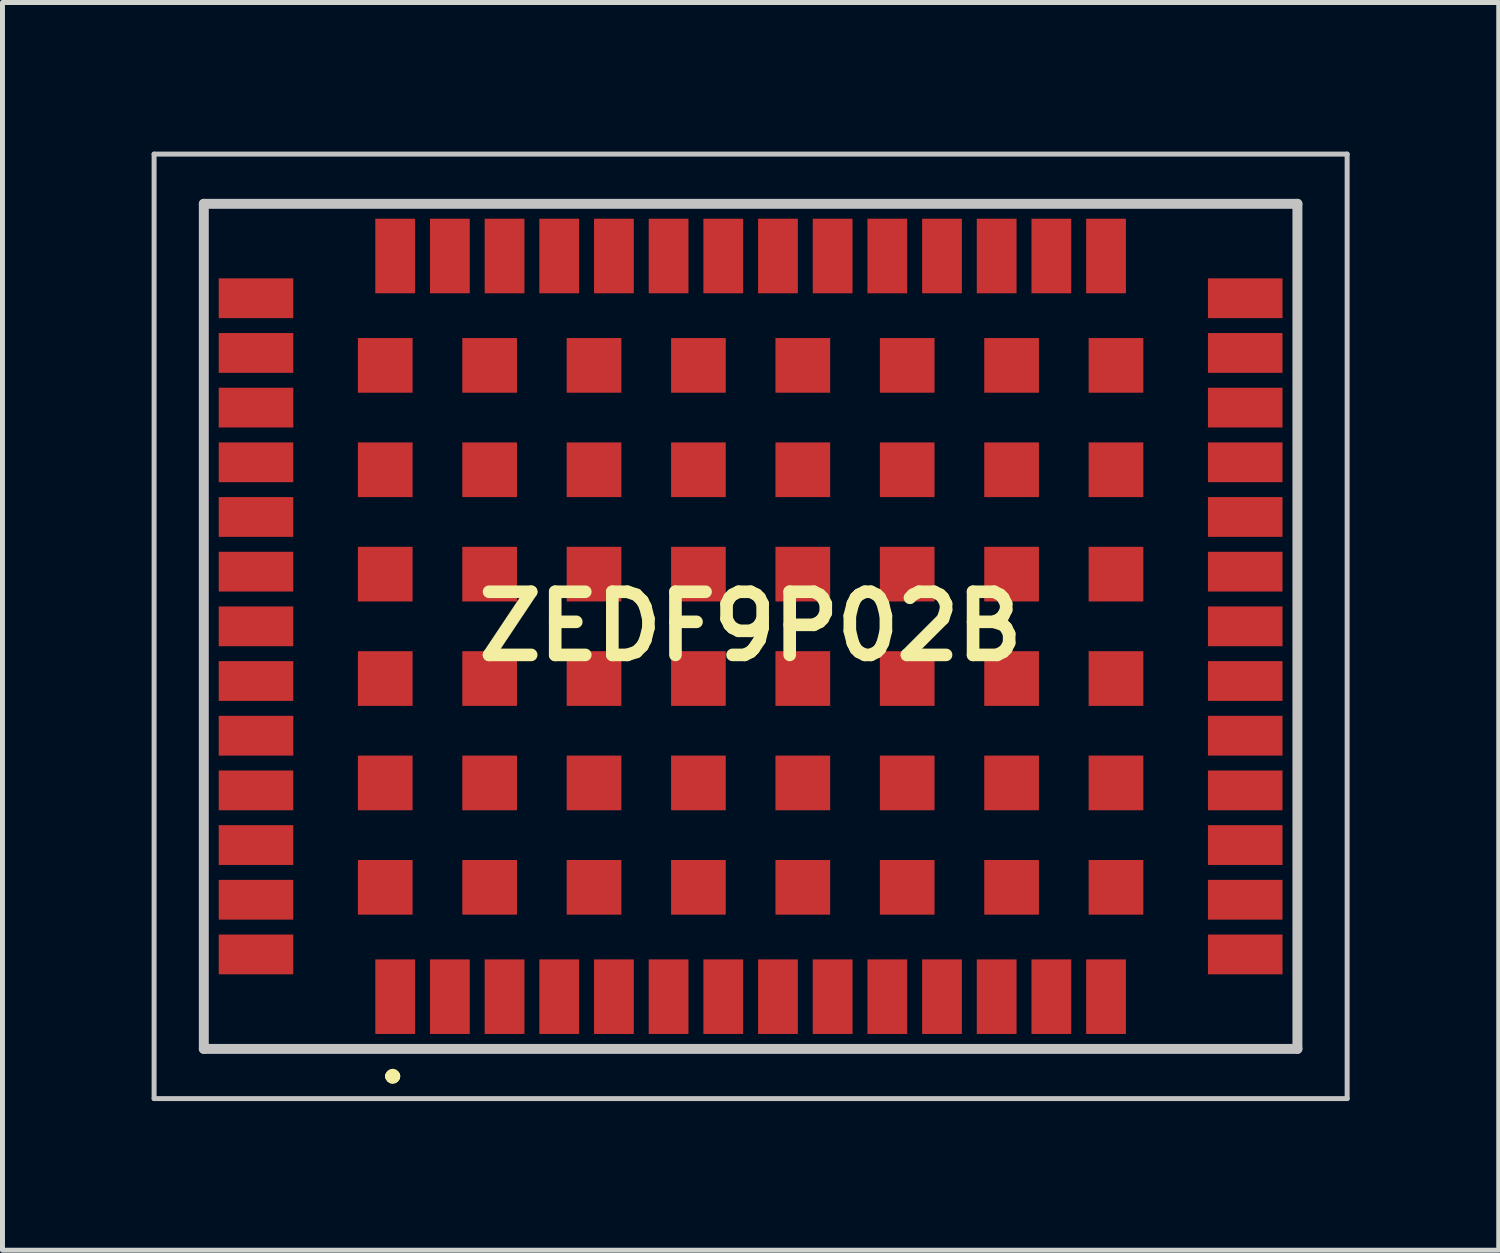
<source format=kicad_pcb>
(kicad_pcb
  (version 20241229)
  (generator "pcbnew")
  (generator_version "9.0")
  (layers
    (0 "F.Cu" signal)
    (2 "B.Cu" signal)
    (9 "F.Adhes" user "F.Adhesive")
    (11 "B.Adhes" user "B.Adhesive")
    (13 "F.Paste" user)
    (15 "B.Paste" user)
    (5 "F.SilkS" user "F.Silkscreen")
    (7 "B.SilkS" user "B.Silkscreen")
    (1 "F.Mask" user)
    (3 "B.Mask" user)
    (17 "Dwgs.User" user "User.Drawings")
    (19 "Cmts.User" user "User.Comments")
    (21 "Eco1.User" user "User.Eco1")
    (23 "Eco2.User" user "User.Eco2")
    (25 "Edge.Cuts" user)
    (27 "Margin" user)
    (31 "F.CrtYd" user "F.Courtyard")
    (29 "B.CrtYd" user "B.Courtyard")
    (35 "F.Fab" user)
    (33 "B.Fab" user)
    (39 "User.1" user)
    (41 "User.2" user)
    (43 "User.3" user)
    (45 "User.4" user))
  (footprint "ZEDF9P02B"
    (layer "F.Cu")
    (at 12.05 9.55)
    (property "Reference" "ZEDF9P02B" (at 0 0 0) (layer "F.SilkS") (effects (font (size 1.27 1.27) (thickness 0.254))))
    (attr smd)
    (fp_line (start -11 -8.5) (end -11 -8.5) (stroke (width 0.1) (type solid)) (layer "F.SilkS"))
    (fp_line (start -11 -8.5) (end -11 -8.5) (stroke (width 0.1) (type solid)) (layer "F.SilkS"))
    (fp_line (start -11 -8.5) (end -11 -7.5) (stroke (width 0.1) (type solid)) (layer "F.SilkS"))
    (fp_line (start -11 -8.5) (end -7.9 -8.5) (stroke (width 0.1) (type solid)) (layer "F.SilkS"))
    (fp_line (start -11 -7.5) (end -11 -8.5) (stroke (width 0.1) (type solid)) (layer "F.SilkS"))
    (fp_line (start -11 -7.5) (end -11 -7.5) (stroke (width 0.1) (type solid)) (layer "F.SilkS"))
    (fp_line (start -11 7.25) (end -11 7.25) (stroke (width 0.1) (type solid)) (layer "F.SilkS"))
    (fp_line (start -11 7.25) (end -11 8.5) (stroke (width 0.1) (type solid)) (layer "F.SilkS"))
    (fp_line (start -11 8.5) (end -11 7.25) (stroke (width 0.1) (type solid)) (layer "F.SilkS"))
    (fp_line (start -11 8.5) (end -11 8.5) (stroke (width 0.1) (type solid)) (layer "F.SilkS"))
    (fp_line (start -11 8.5) (end -11 8.5) (stroke (width 0.1) (type solid)) (layer "F.SilkS"))
    (fp_line (start -11 8.5) (end -7.9 8.5) (stroke (width 0.1) (type solid)) (layer "F.SilkS"))
    (fp_line (start -7.9 -8.5) (end -11 -8.5) (stroke (width 0.1) (type solid)) (layer "F.SilkS"))
    (fp_line (start -7.9 -8.5) (end -7.9 -8.5) (stroke (width 0.1) (type solid)) (layer "F.SilkS"))
    (fp_line (start -7.9 8.5) (end -11 8.5) (stroke (width 0.1) (type solid)) (layer "F.SilkS"))
    (fp_line (start -7.9 8.5) (end -7.9 8.5) (stroke (width 0.1) (type solid)) (layer "F.SilkS"))
    (fp_line (start -7.25 9.05) (end -7.25 9.05) (stroke (width 0.2) (type solid)) (layer "F.SilkS"))
    (fp_line (start -7.25 9.05) (end -7.25 9.05) (stroke (width 0.2) (type solid)) (layer "F.SilkS"))
    (fp_line (start -7.15 9.05) (end -7.15 9.05) (stroke (width 0.2) (type solid)) (layer "F.SilkS"))
    (fp_line (start 7.85 -8.5) (end 7.85 -8.5) (stroke (width 0.1) (type solid)) (layer "F.SilkS"))
    (fp_line (start 7.85 -8.5) (end 11 -8.5) (stroke (width 0.1) (type solid)) (layer "F.SilkS"))
    (fp_line (start 7.85 8.5) (end 7.85 8.5) (stroke (width 0.1) (type solid)) (layer "F.SilkS"))
    (fp_line (start 7.85 8.5) (end 11 8.5) (stroke (width 0.1) (type solid)) (layer "F.SilkS"))
    (fp_line (start 11 -8.5) (end 7.85 -8.5) (stroke (width 0.1) (type solid)) (layer "F.SilkS"))
    (fp_line (start 11 -8.5) (end 11 -8.5) (stroke (width 0.1) (type solid)) (layer "F.SilkS"))
    (fp_line (start 11 -8.5) (end 11 -8.5) (stroke (width 0.1) (type solid)) (layer "F.SilkS"))
    (fp_line (start 11 -8.5) (end 11 -7.45) (stroke (width 0.1) (type solid)) (layer "F.SilkS"))
    (fp_line (start 11 -7.45) (end 11 -8.5) (stroke (width 0.1) (type solid)) (layer "F.SilkS"))
    (fp_line (start 11 -7.45) (end 11 -7.45) (stroke (width 0.1) (type solid)) (layer "F.SilkS"))
    (fp_line (start 11 7.25) (end 11 7.25) (stroke (width 0.1) (type solid)) (layer "F.SilkS"))
    (fp_line (start 11 7.25) (end 11 8.5) (stroke (width 0.1) (type solid)) (layer "F.SilkS"))
    (fp_line (start 11 8.5) (end 7.85 8.5) (stroke (width 0.1) (type solid)) (layer "F.SilkS"))
    (fp_line (start 11 8.5) (end 11 7.25) (stroke (width 0.1) (type solid)) (layer "F.SilkS"))
    (fp_line (start 11 8.5) (end 11 8.5) (stroke (width 0.1) (type solid)) (layer "F.SilkS"))
    (fp_line (start 11 8.5) (end 11 8.5) (stroke (width 0.1) (type solid)) (layer "F.SilkS"))
    (fp_arc (start -7.25 9.05) (mid -7.2 9) (end -7.15 9.05) (stroke (width 0.2) (type solid)) (layer "F.SilkS"))
    (fp_arc (start -7.15 9.05) (mid -7.2 9.1) (end -7.25 9.05) (stroke (width 0.2) (type solid)) (layer "F.SilkS"))
    (fp_arc (start -7.15 9.05) (mid -7.2 9.1) (end -7.25 9.05) (stroke (width 0.2) (type solid)) (layer "F.SilkS"))
    (fp_line (start -12 -9.5) (end 12 -9.5) (stroke (width 0.1) (type solid)) (layer "Dwgs.User"))
    (fp_line (start -12 9.5) (end -12 -9.5) (stroke (width 0.1) (type solid)) (layer "Dwgs.User"))
    (fp_line (start -11 -8.5) (end -11 8.5) (stroke (width 0.2) (type solid)) (layer "Dwgs.User"))
    (fp_line (start -11 8.5) (end 11 8.5) (stroke (width 0.2) (type solid)) (layer "Dwgs.User"))
    (fp_line (start 11 -8.5) (end -11 -8.5) (stroke (width 0.2) (type solid)) (layer "Dwgs.User"))
    (fp_line (start 11 8.5) (end 11 -8.5) (stroke (width 0.2) (type solid)) (layer "Dwgs.User"))
    (fp_line (start 12 -9.5) (end 12 9.5) (stroke (width 0.1) (type solid)) (layer "Dwgs.User"))
    (fp_line (start 12 9.5) (end -12 9.5) (stroke (width 0.1) (type solid)) (layer "Dwgs.User"))
    (pad "1" smd rect (at -7.15 7.45) (size 0.8 1.5) (layers "F.Cu" "F.Mask" "F.Paste"))
    (pad "2" smd rect (at -6.05 7.45) (size 0.8 1.5) (layers "F.Cu" "F.Mask" "F.Paste"))
    (pad "3" smd rect (at -4.95 7.45) (size 0.8 1.5) (layers "F.Cu" "F.Mask" "F.Paste"))
    (pad "4" smd rect (at -3.85 7.45) (size 0.8 1.5) (layers "F.Cu" "F.Mask" "F.Paste"))
    (pad "5" smd rect (at -2.75 7.45) (size 0.8 1.5) (layers "F.Cu" "F.Mask" "F.Paste"))
    (pad "6" smd rect (at -1.65 7.45) (size 0.8 1.5) (layers "F.Cu" "F.Mask" "F.Paste"))
    (pad "7" smd rect (at -0.55 7.45) (size 0.8 1.5) (layers "F.Cu" "F.Mask" "F.Paste"))
    (pad "8" smd rect (at 0.55 7.45) (size 0.8 1.5) (layers "F.Cu" "F.Mask" "F.Paste"))
    (pad "9" smd rect (at 1.65 7.45) (size 0.8 1.5) (layers "F.Cu" "F.Mask" "F.Paste"))
    (pad "10" smd rect (at 2.75 7.45) (size 0.8 1.5) (layers "F.Cu" "F.Mask" "F.Paste"))
    (pad "11" smd rect (at 3.85 7.45) (size 0.8 1.5) (layers "F.Cu" "F.Mask" "F.Paste"))
    (pad "12" smd rect (at 4.95 7.45) (size 0.8 1.5) (layers "F.Cu" "F.Mask" "F.Paste"))
    (pad "13" smd rect (at 6.05 7.45) (size 0.8 1.5) (layers "F.Cu" "F.Mask" "F.Paste"))
    (pad "14" smd rect (at 7.15 7.45) (size 0.8 1.5) (layers "F.Cu" "F.Mask" "F.Paste"))
    (pad "15" smd rect (at 9.95 6.6 90) (size 0.8 1.5) (layers "F.Cu" "F.Mask" "F.Paste"))
    (pad "16" smd rect (at 9.95 5.5 90) (size 0.8 1.5) (layers "F.Cu" "F.Mask" "F.Paste"))
    (pad "17" smd rect (at 9.95 4.4 90) (size 0.8 1.5) (layers "F.Cu" "F.Mask" "F.Paste"))
    (pad "18" smd rect (at 9.95 3.3 90) (size 0.8 1.5) (layers "F.Cu" "F.Mask" "F.Paste"))
    (pad "19" smd rect (at 9.95 2.2 90) (size 0.8 1.5) (layers "F.Cu" "F.Mask" "F.Paste"))
    (pad "20" smd rect (at 9.95 1.1 90) (size 0.8 1.5) (layers "F.Cu" "F.Mask" "F.Paste"))
    (pad "21" smd rect (at 9.95 0 90) (size 0.8 1.5) (layers "F.Cu" "F.Mask" "F.Paste"))
    (pad "22" smd rect (at 9.95 -1.1 90) (size 0.8 1.5) (layers "F.Cu" "F.Mask" "F.Paste"))
    (pad "23" smd rect (at 9.95 -2.2 90) (size 0.8 1.5) (layers "F.Cu" "F.Mask" "F.Paste"))
    (pad "24" smd rect (at 9.95 -3.3 90) (size 0.8 1.5) (layers "F.Cu" "F.Mask" "F.Paste"))
    (pad "25" smd rect (at 9.95 -4.4 90) (size 0.8 1.5) (layers "F.Cu" "F.Mask" "F.Paste"))
    (pad "26" smd rect (at 9.95 -5.5 90) (size 0.8 1.5) (layers "F.Cu" "F.Mask" "F.Paste"))
    (pad "27" smd rect (at 9.95 -6.6 90) (size 0.8 1.5) (layers "F.Cu" "F.Mask" "F.Paste"))
    (pad "28" smd rect (at 7.15 -7.45) (size 0.8 1.5) (layers "F.Cu" "F.Mask" "F.Paste"))
    (pad "29" smd rect (at 6.05 -7.45) (size 0.8 1.5) (layers "F.Cu" "F.Mask" "F.Paste"))
    (pad "30" smd rect (at 4.95 -7.45) (size 0.8 1.5) (layers "F.Cu" "F.Mask" "F.Paste"))
    (pad "31" smd rect (at 3.85 -7.45) (size 0.8 1.5) (layers "F.Cu" "F.Mask" "F.Paste"))
    (pad "32" smd rect (at 2.75 -7.45) (size 0.8 1.5) (layers "F.Cu" "F.Mask" "F.Paste"))
    (pad "33" smd rect (at 1.65 -7.45) (size 0.8 1.5) (layers "F.Cu" "F.Mask" "F.Paste"))
    (pad "34" smd rect (at 0.55 -7.45) (size 0.8 1.5) (layers "F.Cu" "F.Mask" "F.Paste"))
    (pad "35" smd rect (at -0.55 -7.45) (size 0.8 1.5) (layers "F.Cu" "F.Mask" "F.Paste"))
    (pad "36" smd rect (at -1.65 -7.45) (size 0.8 1.5) (layers "F.Cu" "F.Mask" "F.Paste"))
    (pad "37" smd rect (at -2.75 -7.45) (size 0.8 1.5) (layers "F.Cu" "F.Mask" "F.Paste"))
    (pad "38" smd rect (at -3.85 -7.45) (size 0.8 1.5) (layers "F.Cu" "F.Mask" "F.Paste"))
    (pad "39" smd rect (at -4.95 -7.45) (size 0.8 1.5) (layers "F.Cu" "F.Mask" "F.Paste"))
    (pad "40" smd rect (at -6.05 -7.45) (size 0.8 1.5) (layers "F.Cu" "F.Mask" "F.Paste"))
    (pad "41" smd rect (at -7.15 -7.45) (size 0.8 1.5) (layers "F.Cu" "F.Mask" "F.Paste"))
    (pad "42" smd rect (at -9.95 -6.6 90) (size 0.8 1.5) (layers "F.Cu" "F.Mask" "F.Paste"))
    (pad "43" smd rect (at -9.95 -5.5 90) (size 0.8 1.5) (layers "F.Cu" "F.Mask" "F.Paste"))
    (pad "44" smd rect (at -9.95 -4.4 90) (size 0.8 1.5) (layers "F.Cu" "F.Mask" "F.Paste"))
    (pad "45" smd rect (at -9.95 -3.3 90) (size 0.8 1.5) (layers "F.Cu" "F.Mask" "F.Paste"))
    (pad "46" smd rect (at -9.95 -2.2 90) (size 0.8 1.5) (layers "F.Cu" "F.Mask" "F.Paste"))
    (pad "47" smd rect (at -9.95 -1.1 90) (size 0.8 1.5) (layers "F.Cu" "F.Mask" "F.Paste"))
    (pad "48" smd rect (at -9.95 0 90) (size 0.8 1.5) (layers "F.Cu" "F.Mask" "F.Paste"))
    (pad "49" smd rect (at -9.95 1.1 90) (size 0.8 1.5) (layers "F.Cu" "F.Mask" "F.Paste"))
    (pad "50" smd rect (at -9.95 2.2 90) (size 0.8 1.5) (layers "F.Cu" "F.Mask" "F.Paste"))
    (pad "51" smd rect (at -9.95 3.3 90) (size 0.8 1.5) (layers "F.Cu" "F.Mask" "F.Paste"))
    (pad "52" smd rect (at -9.95 4.4 90) (size 0.8 1.5) (layers "F.Cu" "F.Mask" "F.Paste"))
    (pad "53" smd rect (at -9.95 5.5 90) (size 0.8 1.5) (layers "F.Cu" "F.Mask" "F.Paste"))
    (pad "54" smd rect (at -9.95 6.6 90) (size 0.8 1.5) (layers "F.Cu" "F.Mask" "F.Paste"))
    (pad "55" smd rect (at -7.35 5.25 90) (size 1.1 1.1) (layers "F.Cu" "F.Mask" "F.Paste"))
    (pad "56" smd rect (at -5.25 5.25 90) (size 1.1 1.1) (layers "F.Cu" "F.Mask" "F.Paste"))
    (pad "57" smd rect (at -3.15 5.25 90) (size 1.1 1.1) (layers "F.Cu" "F.Mask" "F.Paste"))
    (pad "58" smd rect (at -1.05 5.25 90) (size 1.1 1.1) (layers "F.Cu" "F.Mask" "F.Paste"))
    (pad "59" smd rect (at 1.05 5.25 90) (size 1.1 1.1) (layers "F.Cu" "F.Mask" "F.Paste"))
    (pad "60" smd rect (at 3.15 5.25 90) (size 1.1 1.1) (layers "F.Cu" "F.Mask" "F.Paste"))
    (pad "61" smd rect (at 5.25 5.25 90) (size 1.1 1.1) (layers "F.Cu" "F.Mask" "F.Paste"))
    (pad "62" smd rect (at 7.35 5.25 90) (size 1.1 1.1) (layers "F.Cu" "F.Mask" "F.Paste"))
    (pad "63" smd rect (at 7.35 3.15 90) (size 1.1 1.1) (layers "F.Cu" "F.Mask" "F.Paste"))
    (pad "64" smd rect (at 5.25 3.15 90) (size 1.1 1.1) (layers "F.Cu" "F.Mask" "F.Paste"))
    (pad "65" smd rect (at 3.15 3.15 90) (size 1.1 1.1) (layers "F.Cu" "F.Mask" "F.Paste"))
    (pad "66" smd rect (at 1.05 3.15 90) (size 1.1 1.1) (layers "F.Cu" "F.Mask" "F.Paste"))
    (pad "67" smd rect (at -1.05 3.15 90) (size 1.1 1.1) (layers "F.Cu" "F.Mask" "F.Paste"))
    (pad "68" smd rect (at -3.15 3.15 90) (size 1.1 1.1) (layers "F.Cu" "F.Mask" "F.Paste"))
    (pad "69" smd rect (at -5.25 3.15 90) (size 1.1 1.1) (layers "F.Cu" "F.Mask" "F.Paste"))
    (pad "70" smd rect (at -7.35 3.15 90) (size 1.1 1.1) (layers "F.Cu" "F.Mask" "F.Paste"))
    (pad "71" smd rect (at -7.35 1.05 90) (size 1.1 1.1) (layers "F.Cu" "F.Mask" "F.Paste"))
    (pad "72" smd rect (at -5.25 1.05 90) (size 1.1 1.1) (layers "F.Cu" "F.Mask" "F.Paste"))
    (pad "73" smd rect (at -3.15 1.05 90) (size 1.1 1.1) (layers "F.Cu" "F.Mask" "F.Paste"))
    (pad "74" smd rect (at -1.05 1.05 90) (size 1.1 1.1) (layers "F.Cu" "F.Mask" "F.Paste"))
    (pad "75" smd rect (at 1.05 1.05 90) (size 1.1 1.1) (layers "F.Cu" "F.Mask" "F.Paste"))
    (pad "76" smd rect (at 3.15 1.05 90) (size 1.1 1.1) (layers "F.Cu" "F.Mask" "F.Paste"))
    (pad "77" smd rect (at 5.25 1.05 90) (size 1.1 1.1) (layers "F.Cu" "F.Mask" "F.Paste"))
    (pad "78" smd rect (at 7.35 1.05 90) (size 1.1 1.1) (layers "F.Cu" "F.Mask" "F.Paste"))
    (pad "79" smd rect (at 7.35 -1.05 90) (size 1.1 1.1) (layers "F.Cu" "F.Mask" "F.Paste"))
    (pad "80" smd rect (at 5.25 -1.05 90) (size 1.1 1.1) (layers "F.Cu" "F.Mask" "F.Paste"))
    (pad "81" smd rect (at 3.15 -1.05 90) (size 1.1 1.1) (layers "F.Cu" "F.Mask" "F.Paste"))
    (pad "82" smd rect (at 1.05 -1.05 90) (size 1.1 1.1) (layers "F.Cu" "F.Mask" "F.Paste"))
    (pad "83" smd rect (at -1.05 -1.05 90) (size 1.1 1.1) (layers "F.Cu" "F.Mask" "F.Paste"))
    (pad "84" smd rect (at -3.15 -1.05 90) (size 1.1 1.1) (layers "F.Cu" "F.Mask" "F.Paste"))
    (pad "85" smd rect (at -5.25 -1.05 90) (size 1.1 1.1) (layers "F.Cu" "F.Mask" "F.Paste"))
    (pad "86" smd rect (at -7.35 -1.05 90) (size 1.1 1.1) (layers "F.Cu" "F.Mask" "F.Paste"))
    (pad "87" smd rect (at -7.35 -3.15 90) (size 1.1 1.1) (layers "F.Cu" "F.Mask" "F.Paste"))
    (pad "88" smd rect (at -5.25 -3.15 90) (size 1.1 1.1) (layers "F.Cu" "F.Mask" "F.Paste"))
    (pad "89" smd rect (at -3.15 -3.15 90) (size 1.1 1.1) (layers "F.Cu" "F.Mask" "F.Paste"))
    (pad "90" smd rect (at -1.05 -3.15 90) (size 1.1 1.1) (layers "F.Cu" "F.Mask" "F.Paste"))
    (pad "91" smd rect (at 1.05 -3.15 90) (size 1.1 1.1) (layers "F.Cu" "F.Mask" "F.Paste"))
    (pad "92" smd rect (at 3.15 -3.15 90) (size 1.1 1.1) (layers "F.Cu" "F.Mask" "F.Paste"))
    (pad "93" smd rect (at 5.25 -3.15 90) (size 1.1 1.1) (layers "F.Cu" "F.Mask" "F.Paste"))
    (pad "94" smd rect (at 7.35 -3.15 90) (size 1.1 1.1) (layers "F.Cu" "F.Mask" "F.Paste"))
    (pad "95" smd rect (at 7.35 -5.25 90) (size 1.1 1.1) (layers "F.Cu" "F.Mask" "F.Paste"))
    (pad "96" smd rect (at 5.25 -5.25 90) (size 1.1 1.1) (layers "F.Cu" "F.Mask" "F.Paste"))
    (pad "97" smd rect (at 3.15 -5.25 90) (size 1.1 1.1) (layers "F.Cu" "F.Mask" "F.Paste"))
    (pad "98" smd rect (at 1.05 -5.25 90) (size 1.1 1.1) (layers "F.Cu" "F.Mask" "F.Paste"))
    (pad "99" smd rect (at -1.05 -5.25 90) (size 1.1 1.1) (layers "F.Cu" "F.Mask" "F.Paste"))
    (pad "100" smd rect (at -3.15 -5.25 90) (size 1.1 1.1) (layers "F.Cu" "F.Mask" "F.Paste"))
    (pad "101" smd rect (at -5.25 -5.25 90) (size 1.1 1.1) (layers "F.Cu" "F.Mask" "F.Paste"))
    (pad "102" smd rect (at -7.35 -5.25 90) (size 1.1 1.1) (layers "F.Cu" "F.Mask" "F.Paste")))
  (gr_rect
    (start -3 -3)
    (end 27.1 22.1)
    (stroke (width 0.1) (type default))
    (fill no)
    (layer "Edge.Cuts")))
</source>
